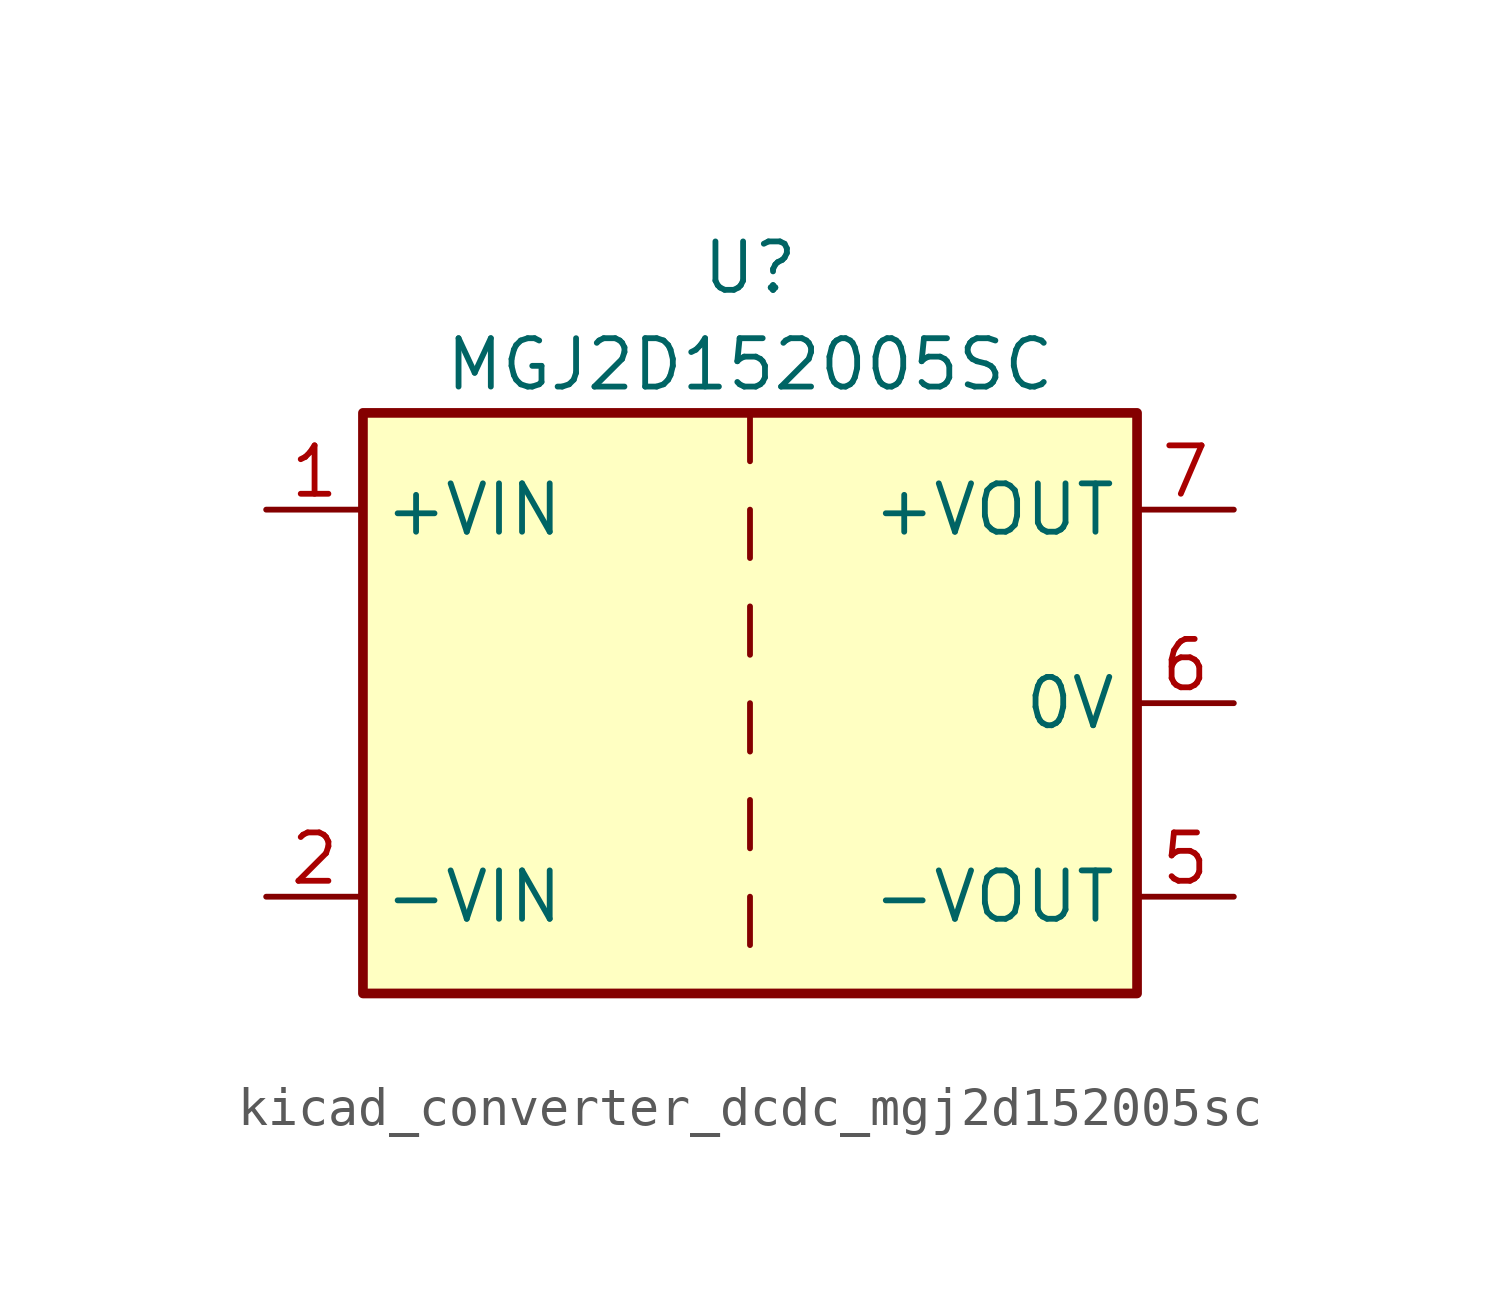
<source format=kicad_sym>
(kicad_symbol_lib
  (version 20220914)
  (generator kicad_symbol_editor)
  (symbol "kicad_converter_dcdc_mgj2d152005sc"
    (property "Reference" "U"
      (at 0 11.43 0)
      (effects (font (size 1.27 1.27))))
    (property "Value" "MGJ2D152005SC"
      (at 0 8.89 0)
      (effects (font (size 1.27 1.27))))
    (symbol "kicad_converter_dcdc_mgj2d152005sc_0_1"
      (rectangle (start -10.16 7.62) (end 10.16 -7.62) (stroke (width 0.254) (type default)) (fill (type background)))
      (polyline (pts (xy 0 -5.08) (xy 0 -6.35)) (stroke (width 0) (type default)) (fill (type none)))
      (polyline (pts (xy 0 -2.54) (xy 0 -3.81)) (stroke (width 0) (type default)) (fill (type none)))
      (polyline (pts (xy 0 0) (xy 0 -1.27)) (stroke (width 0) (type default)) (fill (type none)))
      (polyline (pts (xy 0 2.54) (xy 0 1.27)) (stroke (width 0) (type default)) (fill (type none)))
      (polyline (pts (xy 0 5.08) (xy 0 3.81)) (stroke (width 0) (type default)) (fill (type none)))
      (polyline (pts (xy 0 7.62) (xy 0 6.35)) (stroke (width 0) (type default)) (fill (type none))))
    (symbol "kicad_converter_dcdc_mgj2d152005sc_1_1"
      (pin power_in line (at -12.7 5.08 0) (length 2.54) (name "+VIN" (effects (font (size 1.27 1.27)))) (number "1" (effects (font (size 1.27 1.27)))))
      (pin power_in line (at -12.7 -5.08 0) (length 2.54) (name "-VIN" (effects (font (size 1.27 1.27)))) (number "2" (effects (font (size 1.27 1.27)))))
      (pin power_out line (at 12.7 -5.08 180) (length 2.54) (name "-VOUT" (effects (font (size 1.27 1.27)))) (number "5" (effects (font (size 1.27 1.27)))))
      (pin power_out line (at 12.7 0 180) (length 2.54) (name "0V" (effects (font (size 1.27 1.27)))) (number "6" (effects (font (size 1.27 1.27)))))
      (pin power_out line (at 12.7 5.08 180) (length 2.54) (name "+VOUT" (effects (font (size 1.27 1.27)))) (number "7" (effects (font (size 1.27 1.27))))))))
</source>
